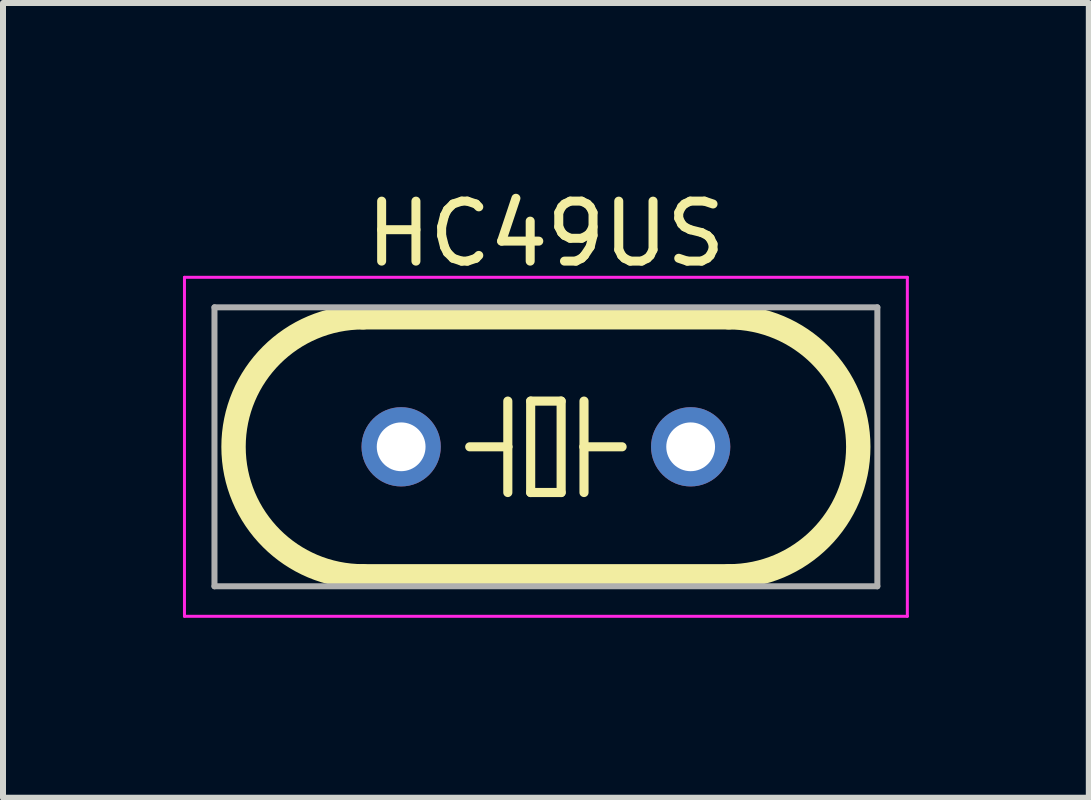
<source format=kicad_pcb>
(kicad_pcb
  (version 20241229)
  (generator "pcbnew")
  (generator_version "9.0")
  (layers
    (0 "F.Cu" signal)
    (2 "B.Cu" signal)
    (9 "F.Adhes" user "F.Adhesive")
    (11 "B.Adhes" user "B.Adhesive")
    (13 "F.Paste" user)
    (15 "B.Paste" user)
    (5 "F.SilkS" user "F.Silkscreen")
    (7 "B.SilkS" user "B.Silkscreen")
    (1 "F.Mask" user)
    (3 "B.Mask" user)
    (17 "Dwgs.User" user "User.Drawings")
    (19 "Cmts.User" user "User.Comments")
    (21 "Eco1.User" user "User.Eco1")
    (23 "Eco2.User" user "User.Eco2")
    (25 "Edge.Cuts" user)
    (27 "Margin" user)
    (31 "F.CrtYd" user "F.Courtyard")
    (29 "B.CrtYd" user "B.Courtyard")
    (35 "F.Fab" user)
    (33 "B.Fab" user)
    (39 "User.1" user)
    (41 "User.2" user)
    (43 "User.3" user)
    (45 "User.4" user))
  (footprint "HC49US"
    (layer "F.Cu")
    (at 6.05 4.398)
    (property "Reference" "HC49US" (at 0 -3.55 0) (layer "F.SilkS") (effects (font (size 1 1) (thickness 0.15))))
    (attr exclude_from_pos_files exclude_from_bom)
    (fp_line (start -3.048 -2.159) (end 3.048 -2.159) (stroke (width 0.406) (type solid)) (layer "F.SilkS"))
    (fp_line (start -3.048 2.159) (end 3.048 2.159) (stroke (width 0.406) (type solid)) (layer "F.SilkS"))
    (fp_line (start -0.635 -0.762) (end -0.635 0) (stroke (width 0.152) (type solid)) (layer "F.SilkS"))
    (fp_line (start -0.635 0) (end -1.27 0) (stroke (width 0.152) (type solid)) (layer "F.SilkS"))
    (fp_line (start -0.635 0) (end -0.635 0.762) (stroke (width 0.152) (type solid)) (layer "F.SilkS"))
    (fp_line (start -0.254 -0.762) (end 0.254 -0.762) (stroke (width 0.152) (type solid)) (layer "F.SilkS"))
    (fp_line (start -0.254 0.762) (end -0.254 -0.762) (stroke (width 0.152) (type solid)) (layer "F.SilkS"))
    (fp_line (start 0.254 -0.762) (end 0.254 0.762) (stroke (width 0.152) (type solid)) (layer "F.SilkS"))
    (fp_line (start 0.254 0.762) (end -0.254 0.762) (stroke (width 0.152) (type solid)) (layer "F.SilkS"))
    (fp_line (start 0.635 -0.762) (end 0.635 0) (stroke (width 0.152) (type solid)) (layer "F.SilkS"))
    (fp_line (start 0.635 0) (end 0.635 0.762) (stroke (width 0.152) (type solid)) (layer "F.SilkS"))
    (fp_line (start 0.635 0) (end 1.27 0) (stroke (width 0.152) (type solid)) (layer "F.SilkS"))
    (fp_arc (start -3.048 2.159) (mid -5.207 0) (end -3.048 -2.159) (stroke (width 0.4064) (type solid)) (layer "F.SilkS"))
    (fp_arc (start 3.048 -2.159) (mid 5.207 0) (end 3.048 2.159) (stroke (width 0.4064) (type solid)) (layer "F.SilkS"))
    (fp_line (start -6.025 -2.825) (end 6.025 -2.825) (stroke (width 0.05) (type solid)) (layer "F.CrtYd"))
    (fp_line (start -6.025 2.825) (end -6.025 -2.825) (stroke (width 0.05) (type solid)) (layer "F.CrtYd"))
    (fp_line (start 6.025 -2.825) (end 6.025 2.825) (stroke (width 0.05) (type solid)) (layer "F.CrtYd"))
    (fp_line (start 6.025 2.825) (end -6.025 2.825) (stroke (width 0.05) (type solid)) (layer "F.CrtYd"))
    (fp_line (start -5.525 -2.325) (end 5.525 -2.325) (stroke (width 0.1) (type solid)) (layer "F.Fab"))
    (fp_line (start -5.525 2.325) (end -5.525 -2.325) (stroke (width 0.1) (type solid)) (layer "F.Fab"))
    (fp_line (start 5.525 -2.325) (end 5.525 2.325) (stroke (width 0.1) (type solid)) (layer "F.Fab"))
    (fp_line (start 5.525 2.325) (end -5.525 2.325) (stroke (width 0.1) (type solid)) (layer "F.Fab"))
    (pad "1" thru_hole circle (at -2.413 0) (size 1.321 1.321) (drill 0.813) (layers "*.Cu" "*.Mask"))
    (pad "2" thru_hole circle (at 2.413 0) (size 1.321 1.321) (drill 0.813) (layers "*.Cu" "*.Mask")))
  (gr_rect
    (start -3 -3)
    (end 15.1 10.248)
    (stroke (width 0.1) (type default))
    (fill no)
    (layer "Edge.Cuts")))
</source>
